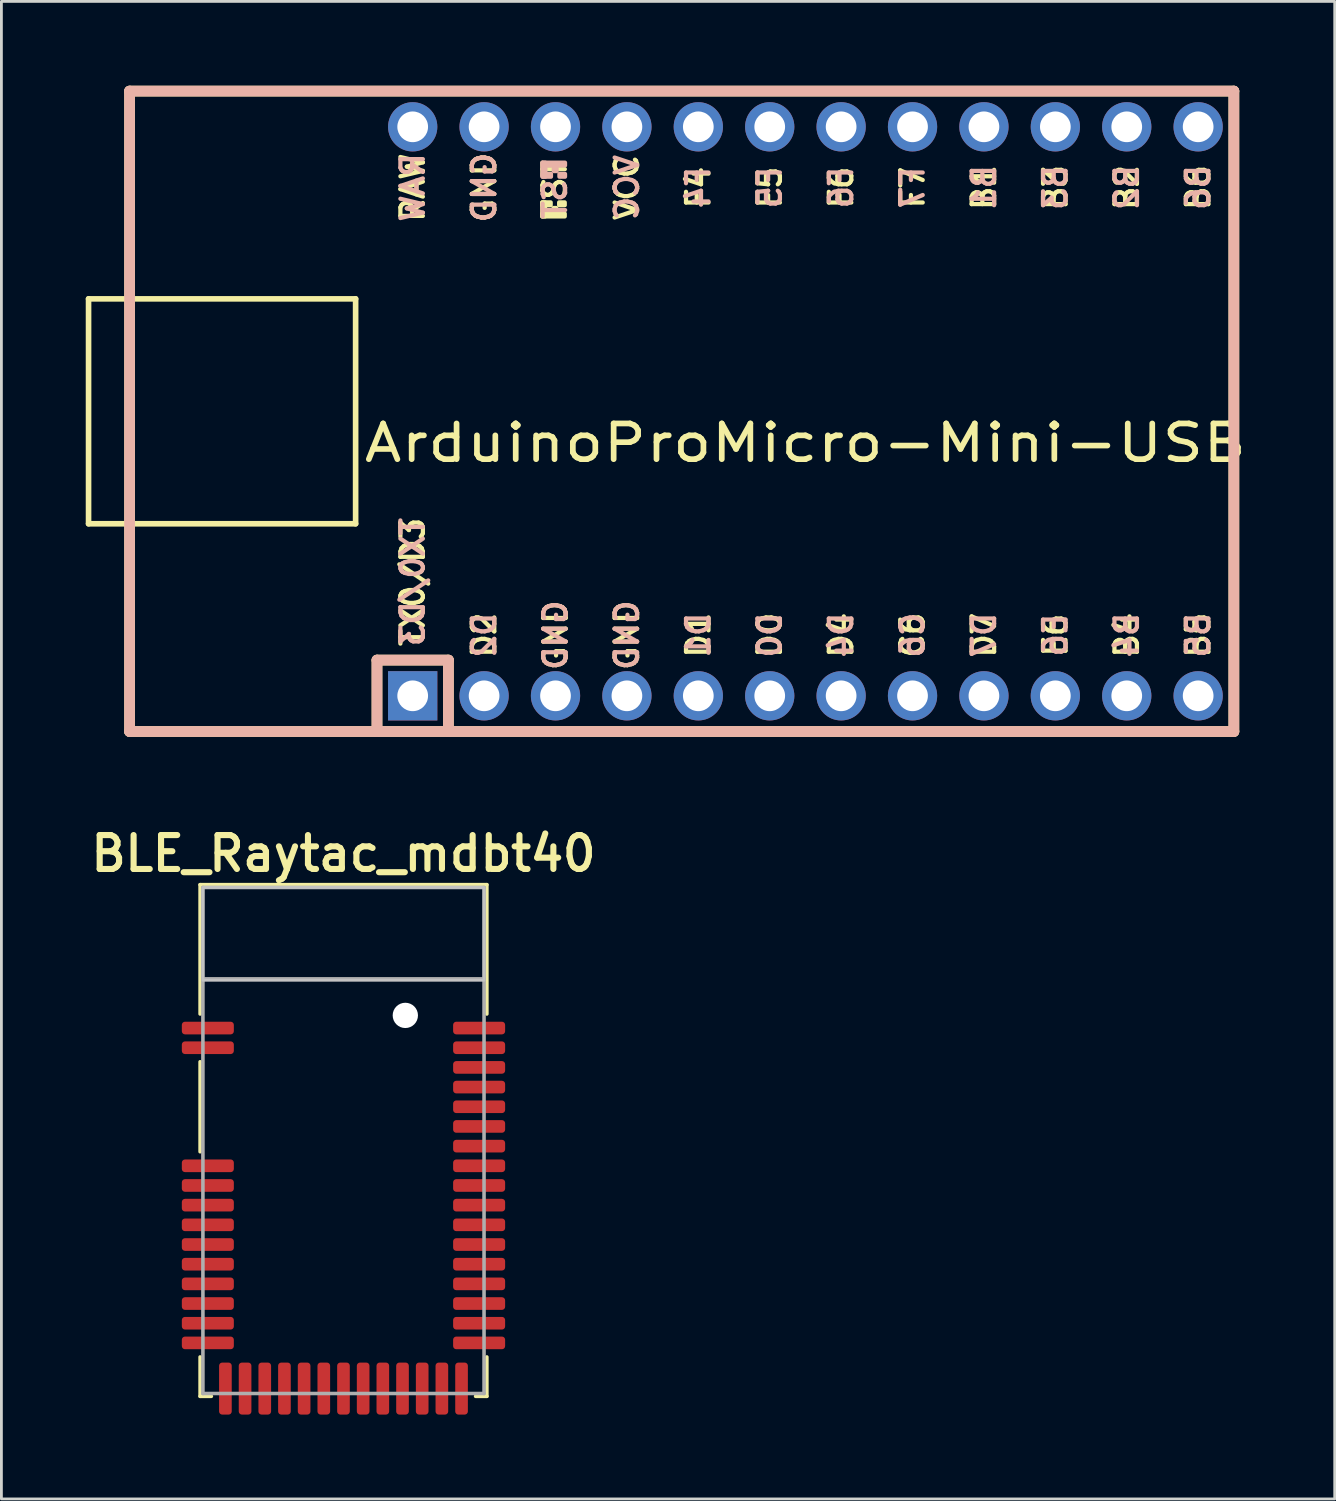
<source format=kicad_pcb>
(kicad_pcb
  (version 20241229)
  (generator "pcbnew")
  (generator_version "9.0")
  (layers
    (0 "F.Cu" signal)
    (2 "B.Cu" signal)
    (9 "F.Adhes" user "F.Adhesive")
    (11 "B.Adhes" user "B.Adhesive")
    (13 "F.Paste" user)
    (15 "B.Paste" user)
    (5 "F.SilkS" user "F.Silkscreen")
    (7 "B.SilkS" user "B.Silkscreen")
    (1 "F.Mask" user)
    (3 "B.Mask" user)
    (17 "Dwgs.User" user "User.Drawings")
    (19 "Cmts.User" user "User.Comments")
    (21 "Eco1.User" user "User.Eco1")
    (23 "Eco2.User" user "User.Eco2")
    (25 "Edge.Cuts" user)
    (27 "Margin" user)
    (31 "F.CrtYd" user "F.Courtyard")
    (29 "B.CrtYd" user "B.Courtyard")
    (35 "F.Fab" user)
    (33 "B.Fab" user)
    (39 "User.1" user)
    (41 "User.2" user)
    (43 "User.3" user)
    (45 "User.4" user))
  (footprint "BLE_Raytac_mdbt40"
    (layer "F.Cu")
    (at 9.168 37.519)
    (property "Reference" "BLE_Raytac_mdbt40" (at 0 -9.5 180) (layer "F.SilkS") (effects (font (size 1.206 1.206) (thickness 0.217)) (justify bottom)))
    (attr through_hole)
    (fp_line (start -5.1 -9.1) (end 5.1 -9.1) (stroke (width 0.127) (type solid)) (layer "F.SilkS"))
    (fp_line (start -5.1 -4.5) (end -5.1 -9.1) (stroke (width 0.127) (type solid)) (layer "F.SilkS"))
    (fp_line (start -5.1 -2.8) (end -5.1 0.4) (stroke (width 0.127) (type solid)) (layer "F.SilkS"))
    (fp_line (start -5.1 7.7) (end -5.1 9.1) (stroke (width 0.127) (type solid)) (layer "F.SilkS"))
    (fp_line (start -5.1 9.1) (end -4.7 9.1) (stroke (width 0.127) (type solid)) (layer "F.SilkS"))
    (fp_line (start 4.7 9.1) (end 5.1 9.1) (stroke (width 0.127) (type solid)) (layer "F.SilkS"))
    (fp_line (start 5.1 -9.1) (end 5.1 -4.5) (stroke (width 0.127) (type solid)) (layer "F.SilkS"))
    (fp_line (start 5.1 9.1) (end 5.1 7.7) (stroke (width 0.127) (type solid)) (layer "F.SilkS"))
    (fp_poly (pts (xy -5 -5.7) (xy 5 -5.7) (xy 5 -9) (xy -5 -9)) (stroke (width 0.1) (type solid)) (fill no) (layer "Dwgs.User"))
    (fp_line (start -5 -9) (end 5 -9) (stroke (width 0.127) (type solid)) (layer "F.Fab"))
    (fp_line (start -5 -5.75) (end -5 -9) (stroke (width 0.127) (type solid)) (layer "F.Fab"))
    (fp_line (start -5 -5.75) (end 5 -5.75) (stroke (width 0.127) (type solid)) (layer "F.Fab"))
    (fp_line (start -5 9) (end -5 -5.75) (stroke (width 0.127) (type solid)) (layer "F.Fab"))
    (fp_line (start 5 -9) (end 5 -5.75) (stroke (width 0.127) (type solid)) (layer "F.Fab"))
    (fp_line (start 5 -5.75) (end 5 9) (stroke (width 0.127) (type solid)) (layer "F.Fab"))
    (fp_line (start 5 9) (end -5 9) (stroke (width 0.127) (type solid)) (layer "F.Fab"))
    (pad "" np_thru_hole circle (at 2.2 -4.45) (size 0.9 0.9) (drill 0.9) (layers "*.Cu" "*.Mask"))
    (pad "1" smd roundrect (at -4.825 -4) (size 1.85 0.45) (layers "F.Cu" "F.Mask" "F.Paste") (roundrect_rratio 0.25))
    (pad "2" smd roundrect (at -4.825 -3.3) (size 1.85 0.45) (layers "F.Cu" "F.Mask" "F.Paste") (roundrect_rratio 0.25))
    (pad "3" smd roundrect (at -4.825 0.9) (size 1.85 0.45) (layers "F.Cu" "F.Mask" "F.Paste") (roundrect_rratio 0.25))
    (pad "4" smd roundrect (at -4.825 1.6) (size 1.85 0.45) (layers "F.Cu" "F.Mask" "F.Paste") (roundrect_rratio 0.25))
    (pad "5" smd roundrect (at -4.825 2.3) (size 1.85 0.45) (layers "F.Cu" "F.Mask" "F.Paste") (roundrect_rratio 0.25))
    (pad "6" smd roundrect (at -4.825 3) (size 1.85 0.45) (layers "F.Cu" "F.Mask" "F.Paste") (roundrect_rratio 0.25))
    (pad "7" smd roundrect (at -4.825 3.7) (size 1.85 0.45) (layers "F.Cu" "F.Mask" "F.Paste") (roundrect_rratio 0.25))
    (pad "8" smd roundrect (at -4.825 4.4) (size 1.85 0.45) (layers "F.Cu" "F.Mask" "F.Paste") (roundrect_rratio 0.25))
    (pad "9" smd roundrect (at -4.825 5.1) (size 1.85 0.45) (layers "F.Cu" "F.Mask" "F.Paste") (roundrect_rratio 0.25))
    (pad "10" smd roundrect (at -4.825 5.8) (size 1.85 0.45) (layers "F.Cu" "F.Mask" "F.Paste") (roundrect_rratio 0.25))
    (pad "11" smd roundrect (at -4.825 6.5) (size 1.85 0.45) (layers "F.Cu" "F.Mask" "F.Paste") (roundrect_rratio 0.25))
    (pad "12" smd roundrect (at -4.825 7.2) (size 1.85 0.45) (layers "F.Cu" "F.Mask" "F.Paste") (roundrect_rratio 0.25))
    (pad "13" smd roundrect (at -4.2 8.825 90) (size 1.85 0.45) (layers "F.Cu" "F.Mask" "F.Paste") (roundrect_rratio 0.25))
    (pad "14" smd roundrect (at -3.5 8.825 90) (size 1.85 0.45) (layers "F.Cu" "F.Mask" "F.Paste") (roundrect_rratio 0.25))
    (pad "15" smd roundrect (at -2.8 8.825 90) (size 1.85 0.45) (layers "F.Cu" "F.Mask" "F.Paste") (roundrect_rratio 0.25))
    (pad "16" smd roundrect (at -2.1 8.825 90) (size 1.85 0.45) (layers "F.Cu" "F.Mask" "F.Paste") (roundrect_rratio 0.25))
    (pad "17" smd roundrect (at -1.4 8.825 90) (size 1.85 0.45) (layers "F.Cu" "F.Mask" "F.Paste") (roundrect_rratio 0.25))
    (pad "18" smd roundrect (at -0.7 8.825 90) (size 1.85 0.45) (layers "F.Cu" "F.Mask" "F.Paste") (roundrect_rratio 0.25))
    (pad "19" smd roundrect (at 0 8.825 90) (size 1.85 0.45) (layers "F.Cu" "F.Mask" "F.Paste") (roundrect_rratio 0.25))
    (pad "20" smd roundrect (at 0.7 8.825 90) (size 1.85 0.45) (layers "F.Cu" "F.Mask" "F.Paste") (roundrect_rratio 0.25))
    (pad "21" smd roundrect (at 1.4 8.825 90) (size 1.85 0.45) (layers "F.Cu" "F.Mask" "F.Paste") (roundrect_rratio 0.25))
    (pad "22" smd roundrect (at 2.1 8.825 90) (size 1.85 0.45) (layers "F.Cu" "F.Mask" "F.Paste") (roundrect_rratio 0.25))
    (pad "23" smd roundrect (at 2.8 8.825 90) (size 1.85 0.45) (layers "F.Cu" "F.Mask" "F.Paste") (roundrect_rratio 0.25))
    (pad "24" smd roundrect (at 3.5 8.825 90) (size 1.85 0.45) (layers "F.Cu" "F.Mask" "F.Paste") (roundrect_rratio 0.25))
    (pad "25" smd roundrect (at 4.2 8.825 90) (size 1.85 0.45) (layers "F.Cu" "F.Mask" "F.Paste") (roundrect_rratio 0.25))
    (pad "26" smd roundrect (at 4.825 7.2) (size 1.85 0.45) (layers "F.Cu" "F.Mask" "F.Paste") (roundrect_rratio 0.25))
    (pad "27" smd roundrect (at 4.825 6.5) (size 1.85 0.45) (layers "F.Cu" "F.Mask" "F.Paste") (roundrect_rratio 0.25))
    (pad "28" smd roundrect (at 4.825 5.8) (size 1.85 0.45) (layers "F.Cu" "F.Mask" "F.Paste") (roundrect_rratio 0.25))
    (pad "29" smd roundrect (at 4.825 5.1) (size 1.85 0.45) (layers "F.Cu" "F.Mask" "F.Paste") (roundrect_rratio 0.25))
    (pad "30" smd roundrect (at 4.825 4.4) (size 1.85 0.45) (layers "F.Cu" "F.Mask" "F.Paste") (roundrect_rratio 0.25))
    (pad "31" smd roundrect (at 4.825 3.7) (size 1.85 0.45) (layers "F.Cu" "F.Mask" "F.Paste") (roundrect_rratio 0.25))
    (pad "32" smd roundrect (at 4.825 3) (size 1.85 0.45) (layers "F.Cu" "F.Mask" "F.Paste") (roundrect_rratio 0.25))
    (pad "33" smd roundrect (at 4.825 2.3) (size 1.85 0.45) (layers "F.Cu" "F.Mask" "F.Paste") (roundrect_rratio 0.25))
    (pad "34" smd roundrect (at 4.825 1.6) (size 1.85 0.45) (layers "F.Cu" "F.Mask" "F.Paste") (roundrect_rratio 0.25))
    (pad "35" smd roundrect (at 4.825 0.9) (size 1.85 0.45) (layers "F.Cu" "F.Mask" "F.Paste") (roundrect_rratio 0.25))
    (pad "36" smd roundrect (at 4.825 0.2) (size 1.85 0.45) (layers "F.Cu" "F.Mask" "F.Paste") (roundrect_rratio 0.25))
    (pad "37" smd roundrect (at 4.825 -0.5) (size 1.85 0.45) (layers "F.Cu" "F.Mask" "F.Paste") (roundrect_rratio 0.25))
    (pad "38" smd roundrect (at 4.825 -1.2) (size 1.85 0.45) (layers "F.Cu" "F.Mask" "F.Paste") (roundrect_rratio 0.25))
    (pad "39" smd roundrect (at 4.825 -1.9) (size 1.85 0.45) (layers "F.Cu" "F.Mask" "F.Paste") (roundrect_rratio 0.25))
    (pad "40" smd roundrect (at 4.825 -2.6) (size 1.85 0.45) (layers "F.Cu" "F.Mask" "F.Paste") (roundrect_rratio 0.25))
    (pad "41" smd roundrect (at 4.825 -3.3) (size 1.85 0.45) (layers "F.Cu" "F.Mask" "F.Paste") (roundrect_rratio 0.25))
    (pad "42" smd roundrect (at 4.825 -4) (size 1.85 0.45) (layers "F.Cu" "F.Mask" "F.Paste") (roundrect_rratio 0.25)))
  (footprint "ArduinoProMicro-Mini-USB"
    (layer "F.Cu")
    (at 25.6 11.581)
    (property "Reference" "ArduinoProMicro-Mini-USB" (at 0 1.125 0) (layer "F.SilkS") (effects (font (size 1.27 1.524) (thickness 0.203))))
    (attr through_hole)
    (fp_line (start -25.5 -4) (end -25.5 4) (stroke (width 0.2) (type solid)) (layer "F.SilkS"))
    (fp_line (start -25.5 4) (end -16 4) (stroke (width 0.2) (type solid)) (layer "F.SilkS"))
    (fp_line (start -24.04 -11.39) (end -24.04 11.39) (stroke (width 0.381) (type solid)) (layer "F.SilkS"))
    (fp_line (start -24.04 11.39) (end 15.24 11.39) (stroke (width 0.381) (type solid)) (layer "F.SilkS"))
    (fp_line (start -16 -4) (end -25.5 -4) (stroke (width 0.2) (type solid)) (layer "F.SilkS"))
    (fp_line (start -16 4) (end -16 -4) (stroke (width 0.2) (type solid)) (layer "F.SilkS"))
    (fp_line (start -15.24 8.85) (end -15.24 11.39) (stroke (width 0.381) (type solid)) (layer "F.SilkS"))
    (fp_line (start -15.24 8.85) (end -12.7 8.85) (stroke (width 0.381) (type solid)) (layer "F.SilkS"))
    (fp_line (start -12.7 8.85) (end -12.7 11.39) (stroke (width 0.381) (type solid)) (layer "F.SilkS"))
    (fp_line (start 15.24 -11.39) (end -24.04 -11.39) (stroke (width 0.381) (type solid)) (layer "F.SilkS"))
    (fp_line (start 15.24 11.39) (end 15.24 -11.39) (stroke (width 0.381) (type solid)) (layer "F.SilkS"))
    (fp_poly (pts (xy -9.361 -7.432) (xy -9.261 -7.432) (xy -9.261 -6.932) (xy -9.361 -6.932)) (stroke (width 0.15) (type solid)) (fill yes) (layer "F.SilkS"))
    (fp_poly (pts (xy -9.361 -7.432) (xy -9.061 -7.432) (xy -9.061 -7.332) (xy -9.361 -7.332)) (stroke (width 0.15) (type solid)) (fill yes) (layer "F.SilkS"))
    (fp_poly (pts (xy -9.361 -7.032) (xy -8.561 -7.032) (xy -8.561 -6.932) (xy -9.361 -6.932)) (stroke (width 0.15) (type solid)) (fill yes) (layer "F.SilkS"))
    (fp_poly (pts (xy -8.961 -7.232) (xy -8.861 -7.232) (xy -8.861 -7.132) (xy -8.961 -7.132)) (stroke (width 0.15) (type solid)) (fill yes) (layer "F.SilkS"))
    (fp_poly (pts (xy -8.761 -7.432) (xy -8.561 -7.432) (xy -8.561 -7.332) (xy -8.761 -7.332)) (stroke (width 0.15) (type solid)) (fill yes) (layer "F.SilkS"))
    (fp_line (start -24.04 -11.39) (end -24.04 11.39) (stroke (width 0.381) (type solid)) (layer "B.SilkS"))
    (fp_line (start -24.04 11.39) (end 15.24 11.39) (stroke (width 0.381) (type solid)) (layer "B.SilkS"))
    (fp_line (start -15.24 8.85) (end -15.24 11.39) (stroke (width 0.381) (type solid)) (layer "B.SilkS"))
    (fp_line (start -15.24 8.85) (end -12.7 8.85) (stroke (width 0.381) (type solid)) (layer "B.SilkS"))
    (fp_line (start -12.7 8.85) (end -12.7 11.39) (stroke (width 0.381) (type solid)) (layer "B.SilkS"))
    (fp_line (start 15.24 -11.39) (end -24.04 -11.39) (stroke (width 0.381) (type solid)) (layer "B.SilkS"))
    (fp_line (start 15.24 11.39) (end 15.24 -11.39) (stroke (width 0.381) (type solid)) (layer "B.SilkS"))
    (fp_poly (pts (xy -9.351 -8.745) (xy -8.551 -8.745) (xy -8.551 -8.845) (xy -9.351 -8.845)) (stroke (width 0.15) (type solid)) (fill yes) (layer "B.SilkS"))
    (fp_poly (pts (xy -9.351 -8.345) (xy -9.251 -8.345) (xy -9.251 -8.845) (xy -9.351 -8.845)) (stroke (width 0.15) (type solid)) (fill yes) (layer "B.SilkS"))
    (fp_poly (pts (xy -9.351 -8.345) (xy -9.051 -8.345) (xy -9.051 -8.445) (xy -9.351 -8.445)) (stroke (width 0.15) (type solid)) (fill yes) (layer "B.SilkS"))
    (fp_poly (pts (xy -8.951 -8.545) (xy -8.851 -8.545) (xy -8.851 -8.645) (xy -8.951 -8.645)) (stroke (width 0.15) (type solid)) (fill yes) (layer "B.SilkS"))
    (fp_poly (pts (xy -8.751 -8.345) (xy -8.551 -8.345) (xy -8.551 -8.445) (xy -8.751 -8.445)) (stroke (width 0.15) (type solid)) (fill yes) (layer "B.SilkS"))
    (fp_text user "D7" (at 6.35 7.961 90) (layer "F.SilkS") (effects (font (size 0.8 0.8) (thickness 0.15))))
    (fp_text user "F4" (at -3.81 -7.961 90) (layer "F.SilkS") (effects (font (size 0.8 0.8) (thickness 0.15))))
    (fp_text user "C6" (at 3.81 7.961 90) (layer "F.SilkS") (effects (font (size 0.8 0.8) (thickness 0.15))))
    (fp_text user "B6" (at 13.97 -7.961 90) (layer "F.SilkS") (effects (font (size 0.8 0.8) (thickness 0.15))))
    (fp_text user "D2" (at -11.43 7.961 90) (layer "F.SilkS") (effects (font (size 0.8 0.8) (thickness 0.15))))
    (fp_text user "GND" (at -6.35 7.961 90) (layer "F.SilkS") (effects (font (size 0.8 0.8) (thickness 0.15))))
    (fp_text user "B2" (at 11.43 -7.961 90) (layer "F.SilkS") (effects (font (size 0.8 0.8) (thickness 0.15))))
    (fp_text user "B4" (at 11.43 7.961 90) (layer "F.SilkS") (effects (font (size 0.8 0.8) (thickness 0.15))))
    (fp_text user "ST" (at -8.92 -8.233 90) (layer "F.SilkS") (effects (font (size 0.8 0.8) (thickness 0.15))))
    (fp_text user "F6" (at 1.27 -7.961 90) (layer "F.SilkS") (effects (font (size 0.8 0.8) (thickness 0.15))))
    (fp_text user "B3" (at 8.89 -7.961 90) (layer "F.SilkS") (effects (font (size 0.8 0.8) (thickness 0.15))))
    (fp_text user "F5" (at -1.27 -7.961 90) (layer "F.SilkS") (effects (font (size 0.8 0.8) (thickness 0.15))))
    (fp_text user "D1" (at -3.81 7.961 90) (layer "F.SilkS") (effects (font (size 0.8 0.8) (thickness 0.15))))
    (fp_text user "D4" (at 1.27 7.961 90) (layer "F.SilkS") (effects (font (size 0.8 0.8) (thickness 0.15))))
    (fp_text user "E6" (at 8.89 7.961 90) (layer "F.SilkS") (effects (font (size 0.8 0.8) (thickness 0.15))))
    (fp_text user "B5" (at 13.97 7.961 90) (layer "F.SilkS") (effects (font (size 0.8 0.8) (thickness 0.15))))
    (fp_text user "TX0/D3" (at -13.97 6.072 90) (layer "F.SilkS") (effects (font (size 0.8 0.8) (thickness 0.15))))
    (fp_text user "B1" (at 6.35 -7.961 90) (layer "F.SilkS") (effects (font (size 0.8 0.8) (thickness 0.15))))
    (fp_text user "RAW" (at -13.97 -7.961 90) (layer "F.SilkS") (effects (font (size 0.8 0.8) (thickness 0.15))))
    (fp_text user "GND" (at -8.89 7.961 90) (layer "F.SilkS") (effects (font (size 0.8 0.8) (thickness 0.15))))
    (fp_text user "VCC" (at -6.35 -7.961 90) (layer "F.SilkS") (effects (font (size 0.8 0.8) (thickness 0.15))))
    (fp_text user "D0" (at -1.27 7.961 90) (layer "F.SilkS") (effects (font (size 0.8 0.8) (thickness 0.15))))
    (fp_text user "F7" (at 3.81 -7.961 90) (layer "F.SilkS") (effects (font (size 0.8 0.8) (thickness 0.15))))
    (fp_text user "GND" (at -11.43 -7.961 90) (layer "F.SilkS") (effects (font (size 0.8 0.8) (thickness 0.15))))
    (fp_text user "F7" (at 3.81 -7.961 90) (layer "B.SilkS") (effects (font (size 0.8 0.8) (thickness 0.15)) (justify mirror)))
    (fp_text user "C6" (at 3.81 7.961 90) (layer "B.SilkS") (effects (font (size 0.8 0.8) (thickness 0.15)) (justify mirror)))
    (fp_text user "RAW" (at -13.97 -7.961 90) (layer "B.SilkS") (effects (font (size 0.8 0.8) (thickness 0.15)) (justify mirror)))
    (fp_text user "F6" (at 1.27 -7.961 90) (layer "B.SilkS") (effects (font (size 0.8 0.8) (thickness 0.15)) (justify mirror)))
    (fp_text user "B3" (at 8.89 -7.961 90) (layer "B.SilkS") (effects (font (size 0.8 0.8) (thickness 0.15)) (justify mirror)))
    (fp_text user "GND" (at -6.35 7.961 90) (layer "B.SilkS") (effects (font (size 0.8 0.8) (thickness 0.15)) (justify mirror)))
    (fp_text user "GND" (at -8.89 7.961 90) (layer "B.SilkS") (effects (font (size 0.8 0.8) (thickness 0.15)) (justify mirror)))
    (fp_text user "ST" (at -8.91 -7.54 90) (layer "B.SilkS") (effects (font (size 0.8 0.8) (thickness 0.15)) (justify mirror)))
    (fp_text user "B1" (at 6.35 -7.961 90) (layer "B.SilkS") (effects (font (size 0.8 0.8) (thickness 0.15)) (justify mirror)))
    (fp_text user "B6" (at 13.97 -7.961 90) (layer "B.SilkS") (effects (font (size 0.8 0.8) (thickness 0.15)) (justify mirror)))
    (fp_text user "D7" (at 6.35 7.961 90) (layer "B.SilkS") (effects (font (size 0.8 0.8) (thickness 0.15)) (justify mirror)))
    (fp_text user "F5" (at -1.27 -7.961 90) (layer "B.SilkS") (effects (font (size 0.8 0.8) (thickness 0.15)) (justify mirror)))
    (fp_text user "F4" (at -3.81 -7.961 90) (layer "B.SilkS") (effects (font (size 0.8 0.8) (thickness 0.15)) (justify mirror)))
    (fp_text user "E6" (at 8.89 7.961 90) (layer "B.SilkS") (effects (font (size 0.8 0.8) (thickness 0.15)) (justify mirror)))
    (fp_text user "B2" (at 11.43 -7.961 90) (layer "B.SilkS") (effects (font (size 0.8 0.8) (thickness 0.15)) (justify mirror)))
    (fp_text user "GND" (at -11.43 -7.961 90) (layer "B.SilkS") (effects (font (size 0.8 0.8) (thickness 0.15)) (justify mirror)))
    (fp_text user "B5" (at 13.97 7.961 90) (layer "B.SilkS") (effects (font (size 0.8 0.8) (thickness 0.15)) (justify mirror)))
    (fp_text user "TX0/D3" (at -13.97 6.072 90) (layer "B.SilkS") (effects (font (size 0.8 0.8) (thickness 0.15)) (justify mirror)))
    (fp_text user "VCC" (at -6.35 -7.961 90) (layer "B.SilkS") (effects (font (size 0.8 0.8) (thickness 0.15)) (justify mirror)))
    (fp_text user "D0" (at -1.27 7.961 90) (layer "B.SilkS") (effects (font (size 0.8 0.8) (thickness 0.15)) (justify mirror)))
    (fp_text user "D4" (at 1.27 7.961 90) (layer "B.SilkS") (effects (font (size 0.8 0.8) (thickness 0.15)) (justify mirror)))
    (fp_text user "D1" (at -3.81 7.961 90) (layer "B.SilkS") (effects (font (size 0.8 0.8) (thickness 0.15)) (justify mirror)))
    (fp_text user "B4" (at 11.43 7.961 90) (layer "B.SilkS") (effects (font (size 0.8 0.8) (thickness 0.15)) (justify mirror)))
    (fp_text user "D2" (at -11.43 7.961 90) (layer "B.SilkS") (effects (font (size 0.8 0.8) (thickness 0.15)) (justify mirror)))
    (pad "1" thru_hole rect (at -13.97 10.12) (size 1.753 1.753) (drill 1.092) (layers "*.Cu" "*.Mask"))
    (pad "2" thru_hole circle (at -11.43 10.12) (size 1.753 1.753) (drill 1.092) (layers "*.Cu" "*.Mask"))
    (pad "3" thru_hole circle (at -8.89 10.12) (size 1.753 1.753) (drill 1.092) (layers "*.Cu" "*.Mask"))
    (pad "4" thru_hole circle (at -6.35 10.12) (size 1.753 1.753) (drill 1.092) (layers "*.Cu" "*.Mask"))
    (pad "5" thru_hole circle (at -3.81 10.12) (size 1.753 1.753) (drill 1.092) (layers "*.Cu" "*.Mask"))
    (pad "6" thru_hole circle (at -1.27 10.12) (size 1.753 1.753) (drill 1.092) (layers "*.Cu" "*.Mask"))
    (pad "7" thru_hole circle (at 1.27 10.12) (size 1.753 1.753) (drill 1.092) (layers "*.Cu" "*.Mask"))
    (pad "8" thru_hole circle (at 3.81 10.12) (size 1.753 1.753) (drill 1.092) (layers "*.Cu" "*.Mask"))
    (pad "9" thru_hole circle (at 6.35 10.12) (size 1.753 1.753) (drill 1.092) (layers "*.Cu" "*.Mask"))
    (pad "10" thru_hole circle (at 8.89 10.12) (size 1.753 1.753) (drill 1.092) (layers "*.Cu" "*.Mask"))
    (pad "11" thru_hole circle (at 11.43 10.12) (size 1.753 1.753) (drill 1.092) (layers "*.Cu" "*.Mask"))
    (pad "12" thru_hole circle (at 13.97 10.12) (size 1.753 1.753) (drill 1.092) (layers "*.Cu" "*.Mask"))
    (pad "13" thru_hole circle (at 13.97 -10.12) (size 1.753 1.753) (drill 1.092) (layers "*.Cu" "*.Mask"))
    (pad "14" thru_hole circle (at 11.43 -10.12) (size 1.753 1.753) (drill 1.092) (layers "*.Cu" "*.Mask"))
    (pad "15" thru_hole circle (at 8.89 -10.12) (size 1.753 1.753) (drill 1.092) (layers "*.Cu" "*.Mask"))
    (pad "16" thru_hole circle (at 6.35 -10.12) (size 1.753 1.753) (drill 1.092) (layers "*.Cu" "*.Mask"))
    (pad "17" thru_hole circle (at 3.81 -10.12) (size 1.753 1.753) (drill 1.092) (layers "*.Cu" "*.Mask"))
    (pad "18" thru_hole circle (at 1.27 -10.12) (size 1.753 1.753) (drill 1.092) (layers "*.Cu" "*.Mask"))
    (pad "19" thru_hole circle (at -1.27 -10.12) (size 1.753 1.753) (drill 1.092) (layers "*.Cu" "*.Mask"))
    (pad "20" thru_hole circle (at -3.81 -10.12) (size 1.753 1.753) (drill 1.092) (layers "*.Cu" "*.Mask"))
    (pad "21" thru_hole circle (at -6.35 -10.12) (size 1.753 1.753) (drill 1.092) (layers "*.Cu" "*.Mask"))
    (pad "22" thru_hole circle (at -8.89 -10.12) (size 1.753 1.753) (drill 1.092) (layers "*.Cu" "*.Mask"))
    (pad "23" thru_hole circle (at -11.43 -10.12) (size 1.753 1.753) (drill 1.092) (layers "*.Cu" "*.Mask"))
    (pad "24" thru_hole circle (at -13.97 -10.12) (size 1.753 1.753) (drill 1.092) (layers "*.Cu" "*.Mask")))
  (gr_rect
    (start -3 -3)
    (end 44.428 50.269)
    (stroke (width 0.1) (type default))
    (fill no)
    (layer "Edge.Cuts")))
</source>
